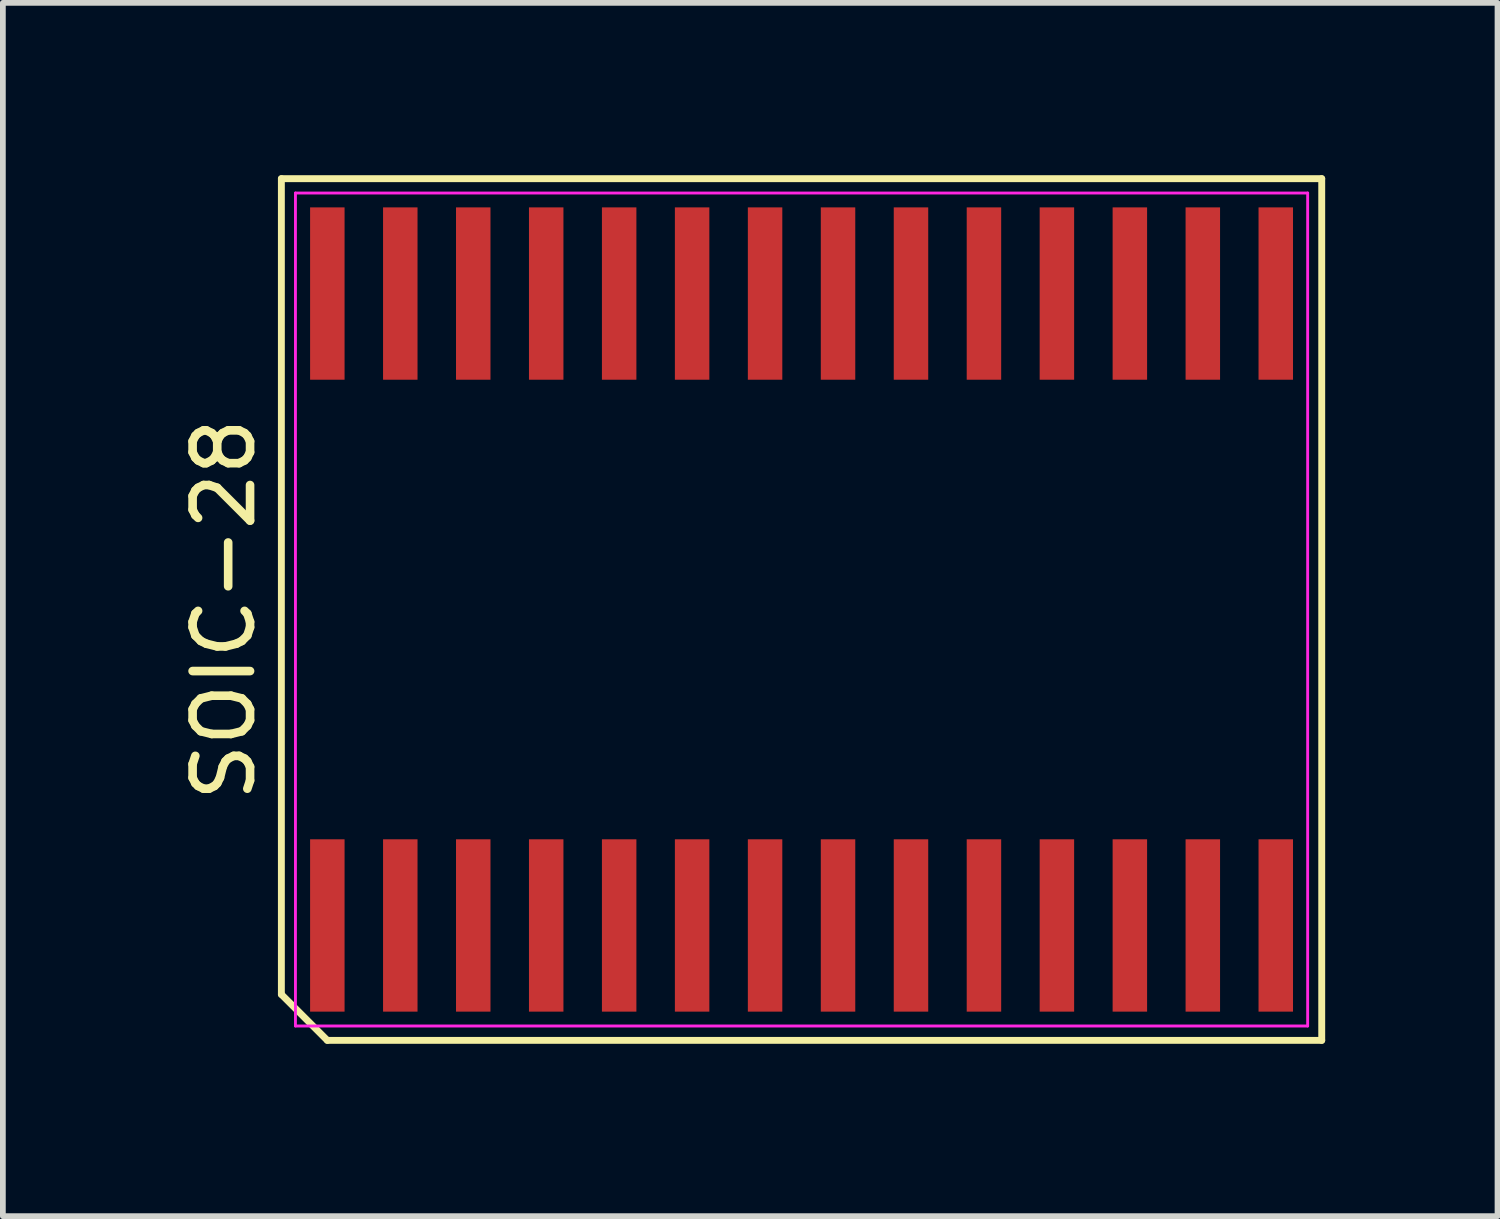
<source format=kicad_pcb>
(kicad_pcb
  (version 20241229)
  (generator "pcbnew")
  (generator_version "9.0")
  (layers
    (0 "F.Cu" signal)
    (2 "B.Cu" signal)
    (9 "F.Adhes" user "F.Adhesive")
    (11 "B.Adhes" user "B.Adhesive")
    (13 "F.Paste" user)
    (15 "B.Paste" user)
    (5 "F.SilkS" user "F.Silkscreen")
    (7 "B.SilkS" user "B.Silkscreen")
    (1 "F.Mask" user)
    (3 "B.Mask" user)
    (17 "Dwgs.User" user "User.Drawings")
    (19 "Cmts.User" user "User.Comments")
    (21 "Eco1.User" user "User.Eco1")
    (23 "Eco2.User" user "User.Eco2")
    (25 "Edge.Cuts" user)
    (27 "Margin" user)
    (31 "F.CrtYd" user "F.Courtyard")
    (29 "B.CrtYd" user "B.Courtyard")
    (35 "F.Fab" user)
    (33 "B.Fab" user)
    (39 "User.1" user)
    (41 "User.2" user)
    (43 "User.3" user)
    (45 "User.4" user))
  (footprint "SOIC-28"
    (layer "F.Cu")
    (at 10.903 7.56)
    (property "Reference" "SOIC-28" (at -10.055 0 90) (layer "F.SilkS") (effects (font (size 1 1) (thickness 0.15))))
    (attr smd)
    (fp_line (start -9.055 -7.5) (end 9.055 -7.5) (stroke (width 0.12) (type solid)) (layer "F.SilkS"))
    (fp_line (start -9.055 6.7) (end -9.055 -7.5) (stroke (width 0.12) (type solid)) (layer "F.SilkS"))
    (fp_line (start -8.255 7.5) (end -9.055 6.7) (stroke (width 0.12) (type solid)) (layer "F.SilkS"))
    (fp_line (start 9.055 -7.5) (end 9.055 7.5) (stroke (width 0.12) (type solid)) (layer "F.SilkS"))
    (fp_line (start 9.055 7.5) (end -8.255 7.5) (stroke (width 0.12) (type solid)) (layer "F.SilkS"))
    (fp_line (start -8.81 -7.25) (end 8.81 -7.25) (stroke (width 0.05) (type solid)) (layer "F.CrtYd"))
    (fp_line (start -8.81 7.25) (end -8.81 -7.25) (stroke (width 0.05) (type solid)) (layer "F.CrtYd"))
    (fp_line (start 8.81 -7.25) (end 8.81 7.25) (stroke (width 0.05) (type solid)) (layer "F.CrtYd"))
    (fp_line (start 8.81 7.25) (end -8.81 7.25) (stroke (width 0.05) (type solid)) (layer "F.CrtYd"))
    (pad "1" smd rect (at -8.255 5.5) (size 0.6 3) (layers "F.Cu" "F.Mask" "F.Paste"))
    (pad "2" smd rect (at -6.985 5.5) (size 0.6 3) (layers "F.Cu" "F.Mask" "F.Paste"))
    (pad "3" smd rect (at -5.715 5.5) (size 0.6 3) (layers "F.Cu" "F.Mask" "F.Paste"))
    (pad "4" smd rect (at -4.445 5.5) (size 0.6 3) (layers "F.Cu" "F.Mask" "F.Paste"))
    (pad "5" smd rect (at -3.175 5.5) (size 0.6 3) (layers "F.Cu" "F.Mask" "F.Paste"))
    (pad "6" smd rect (at -1.905 5.5) (size 0.6 3) (layers "F.Cu" "F.Mask" "F.Paste"))
    (pad "7" smd rect (at -0.635 5.5) (size 0.6 3) (layers "F.Cu" "F.Mask" "F.Paste"))
    (pad "8" smd rect (at 0.635 5.5) (size 0.6 3) (layers "F.Cu" "F.Mask" "F.Paste"))
    (pad "9" smd rect (at 1.905 5.5) (size 0.6 3) (layers "F.Cu" "F.Mask" "F.Paste"))
    (pad "10" smd rect (at 3.175 5.5) (size 0.6 3) (layers "F.Cu" "F.Mask" "F.Paste"))
    (pad "11" smd rect (at 4.445 5.5) (size 0.6 3) (layers "F.Cu" "F.Mask" "F.Paste"))
    (pad "12" smd rect (at 5.715 5.5) (size 0.6 3) (layers "F.Cu" "F.Mask" "F.Paste"))
    (pad "13" smd rect (at 6.985 5.5) (size 0.6 3) (layers "F.Cu" "F.Mask" "F.Paste"))
    (pad "14" smd rect (at 8.255 5.5) (size 0.6 3) (layers "F.Cu" "F.Mask" "F.Paste"))
    (pad "15" smd rect (at 8.255 -5.5) (size 0.6 3) (layers "F.Cu" "F.Mask" "F.Paste"))
    (pad "16" smd rect (at 6.985 -5.5) (size 0.6 3) (layers "F.Cu" "F.Mask" "F.Paste"))
    (pad "17" smd rect (at 5.715 -5.5) (size 0.6 3) (layers "F.Cu" "F.Mask" "F.Paste"))
    (pad "18" smd rect (at 4.445 -5.5) (size 0.6 3) (layers "F.Cu" "F.Mask" "F.Paste"))
    (pad "19" smd rect (at 3.175 -5.5) (size 0.6 3) (layers "F.Cu" "F.Mask" "F.Paste"))
    (pad "20" smd rect (at 1.905 -5.5) (size 0.6 3) (layers "F.Cu" "F.Mask" "F.Paste"))
    (pad "21" smd rect (at 0.635 -5.5) (size 0.6 3) (layers "F.Cu" "F.Mask" "F.Paste"))
    (pad "22" smd rect (at -0.635 -5.5) (size 0.6 3) (layers "F.Cu" "F.Mask" "F.Paste"))
    (pad "23" smd rect (at -1.905 -5.5) (size 0.6 3) (layers "F.Cu" "F.Mask" "F.Paste"))
    (pad "24" smd rect (at -3.175 -5.5) (size 0.6 3) (layers "F.Cu" "F.Mask" "F.Paste"))
    (pad "25" smd rect (at -4.445 -5.5) (size 0.6 3) (layers "F.Cu" "F.Mask" "F.Paste"))
    (pad "26" smd rect (at -5.715 -5.5) (size 0.6 3) (layers "F.Cu" "F.Mask" "F.Paste"))
    (pad "27" smd rect (at -6.985 -5.5) (size 0.6 3) (layers "F.Cu" "F.Mask" "F.Paste"))
    (pad "28" smd rect (at -8.255 -5.5) (size 0.6 3) (layers "F.Cu" "F.Mask" "F.Paste")))
  (gr_rect
    (start -3 -3)
    (end 23.018 18.12)
    (stroke (width 0.1) (type default))
    (fill no)
    (layer "Edge.Cuts")))
</source>
